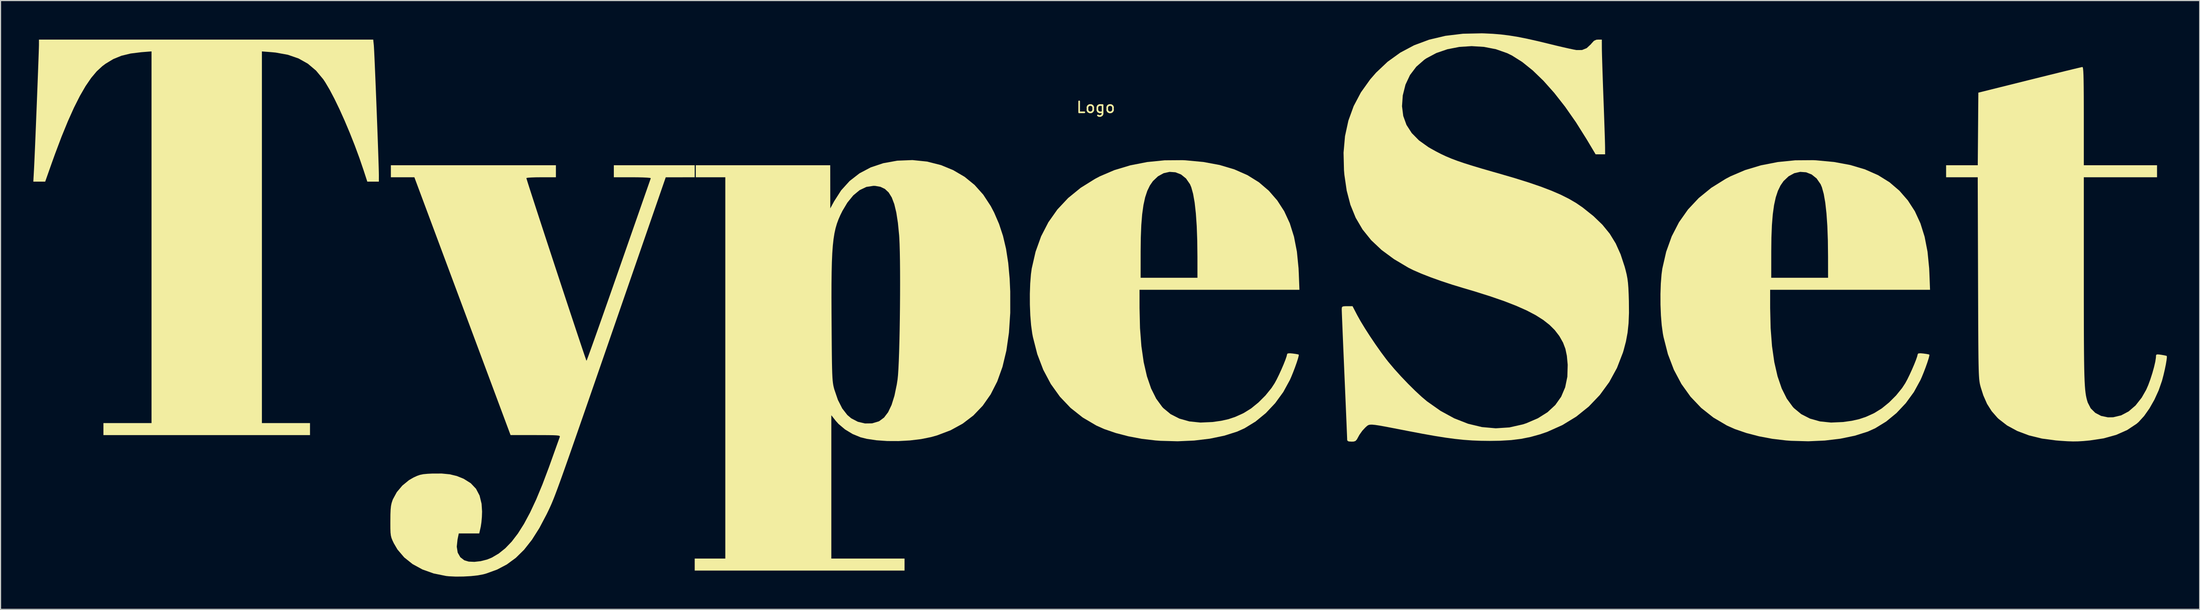
<source format=kicad_pcb>
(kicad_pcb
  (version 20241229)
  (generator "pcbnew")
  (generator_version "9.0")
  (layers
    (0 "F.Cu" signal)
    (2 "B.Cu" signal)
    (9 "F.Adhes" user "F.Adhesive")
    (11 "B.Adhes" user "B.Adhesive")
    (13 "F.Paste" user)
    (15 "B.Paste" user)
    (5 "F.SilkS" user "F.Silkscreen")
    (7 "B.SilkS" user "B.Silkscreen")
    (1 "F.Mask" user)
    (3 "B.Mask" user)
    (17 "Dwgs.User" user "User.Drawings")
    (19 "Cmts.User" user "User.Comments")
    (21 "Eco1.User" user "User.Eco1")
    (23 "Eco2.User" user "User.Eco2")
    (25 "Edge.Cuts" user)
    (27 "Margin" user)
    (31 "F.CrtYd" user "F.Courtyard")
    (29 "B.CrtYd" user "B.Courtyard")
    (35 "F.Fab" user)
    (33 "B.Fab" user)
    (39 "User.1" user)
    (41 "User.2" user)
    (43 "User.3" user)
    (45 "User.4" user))
  (footprint "Logo"
    (layer "F.Cu")
    (at 97.214 7.275)
    (property "Reference" "Logo" (at 0 -0.5 0) (unlocked yes) (layer "F.SilkS") (effects (font (size 1 1) (thickness 0.15))))
    (fp_poly (pts (xy -66.06 -6.175) (xy -66.047 -5.976) (xy -66.027 -5.6) (xy -66.001 -5.07) (xy -65.972 -4.409) (xy -65.939 -3.64) (xy -65.903 -2.785) (xy -65.866 -1.868) (xy -65.828 -0.911) (xy -65.79 0.062) (xy -65.753 1.029) (xy -65.718 1.966) (xy -65.686 2.852) (xy -65.658 3.662) (xy -65.634 4.374) (xy -65.615 4.966) (xy -65.603 5.414) (xy -65.598 5.695) (xy -65.598 5.725) (xy -65.6 6.3) (xy -66.657 6.3) (xy -66.991 5.275) (xy -67.38 4.135) (xy -67.808 2.977) (xy -68.263 1.829) (xy -68.732 0.718) (xy -69.202 -0.327) (xy -69.662 -1.278) (xy -70.099 -2.108) (xy -70.501 -2.788) (xy -70.693 -3.076) (xy -71.35 -3.865) (xy -72.097 -4.496) (xy -72.95 -4.975) (xy -73.924 -5.311) (xy -75.035 -5.513) (xy -75.425 -5.55) (xy -76.3 -5.618) (xy -76.3 28.4) (xy -71.9 28.4) (xy -71.9 29.5) (xy -90.8 29.5) (xy -90.8 28.4) (xy -86.4 28.4) (xy -86.4 -5.621) (xy -87.325 -5.548) (xy -88.312 -5.427) (xy -89.157 -5.221) (xy -89.907 -4.914) (xy -90.608 -4.489) (xy -90.908 -4.264) (xy -91.414 -3.797) (xy -91.922 -3.192) (xy -92.436 -2.44) (xy -92.96 -1.534) (xy -93.498 -0.466) (xy -94.054 0.773) (xy -94.633 2.189) (xy -95.237 3.79) (xy -95.555 4.675) (xy -96.129 6.3) (xy -97.214 6.3) (xy -97.153 5.175) (xy -97.134 4.814) (xy -97.111 4.297) (xy -97.082 3.647) (xy -97.049 2.889) (xy -97.014 2.045) (xy -96.977 1.139) (xy -96.939 0.194) (xy -96.9 -0.767) (xy -96.863 -1.72) (xy -96.827 -2.642) (xy -96.794 -3.51) (xy -96.764 -4.3) (xy -96.739 -4.989) (xy -96.719 -5.555) (xy -96.706 -5.972) (xy -96.7 -6.219) (xy -96.7 -6.25) (xy -96.7 -6.7) (xy -66.114 -6.7)) (stroke (width 0) (type solid)) (fill yes) (layer "F.SilkS"))
    (fp_poly (pts (xy 90.306 -4.155) (xy 90.331 -4.028) (xy 90.352 -3.797) (xy 90.369 -3.448) (xy 90.381 -2.968) (xy 90.39 -2.341) (xy 90.396 -1.554) (xy 90.399 -0.592) (xy 90.4 0.3) (xy 90.4 4.8) (xy 97.1 4.8) (xy 97.1 5.9) (xy 90.4 5.9) (xy 90.401 15.325) (xy 90.401 16.979) (xy 90.403 18.446) (xy 90.405 19.738) (xy 90.41 20.869) (xy 90.417 21.851) (xy 90.426 22.697) (xy 90.438 23.42) (xy 90.454 24.032) (xy 90.473 24.547) (xy 90.497 24.977) (xy 90.525 25.335) (xy 90.559 25.634) (xy 90.597 25.886) (xy 90.642 26.104) (xy 90.693 26.302) (xy 90.751 26.492) (xy 90.759 26.519) (xy 91.031 27.05) (xy 91.448 27.464) (xy 91.982 27.744) (xy 92.605 27.874) (xy 93.087 27.867) (xy 93.82 27.693) (xy 94.505 27.33) (xy 95.135 26.786) (xy 95.698 26.069) (xy 96.108 25.35) (xy 96.296 24.92) (xy 96.489 24.395) (xy 96.671 23.829) (xy 96.826 23.274) (xy 96.94 22.783) (xy 96.997 22.408) (xy 97 22.326) (xy 97.012 22.178) (xy 97.084 22.116) (xy 97.267 22.119) (xy 97.475 22.148) (xy 97.761 22.197) (xy 97.951 22.241) (xy 97.99 22.258) (xy 98.001 22.381) (xy 97.969 22.657) (xy 97.904 23.042) (xy 97.811 23.495) (xy 97.7 23.974) (xy 97.579 24.437) (xy 97.552 24.535) (xy 97.248 25.408) (xy 96.858 26.263) (xy 96.406 27.059) (xy 95.916 27.754) (xy 95.412 28.306) (xy 95.234 28.461) (xy 94.369 29.035) (xy 93.361 29.481) (xy 92.205 29.801) (xy 90.955 29.99) (xy 90.375 30.044) (xy 89.882 30.074) (xy 89.413 30.081) (xy 88.906 30.064) (xy 88.3 30.025) (xy 87.85 29.989) (xy 86.567 29.818) (xy 85.381 29.527) (xy 84.312 29.125) (xy 83.38 28.619) (xy 82.605 28.018) (xy 82.492 27.909) (xy 81.966 27.306) (xy 81.546 26.642) (xy 81.206 25.868) (xy 80.977 25.15) (xy 80.939 25.012) (xy 80.905 24.878) (xy 80.876 24.735) (xy 80.85 24.57) (xy 80.828 24.369) (xy 80.81 24.12) (xy 80.794 23.81) (xy 80.781 23.426) (xy 80.77 22.954) (xy 80.76 22.381) (xy 80.753 21.695) (xy 80.746 20.882) (xy 80.741 19.929) (xy 80.736 18.823) (xy 80.731 17.551) (xy 80.726 16.101) (xy 80.723 15.125) (xy 80.694 5.9) (xy 77.8 5.9) (xy 77.8 4.8) (xy 79.249 4.8) (xy 80.697 4.8) (xy 80.724 1.478) (xy 80.75 -1.844) (xy 85.45 -3.015) (xy 86.389 -3.249) (xy 87.271 -3.467) (xy 88.076 -3.666) (xy 88.785 -3.84) (xy 89.379 -3.984) (xy 89.837 -4.094) (xy 90.142 -4.165) (xy 90.273 -4.193) (xy 90.275 -4.193)) (stroke (width 0) (type solid)) (fill yes) (layer "F.SilkS"))
    (fp_poly (pts (xy -15.446 4.463) (xy -14.165 4.787) (xy -13.05 5.247) (xy -12.003 5.861) (xy -11.091 6.604) (xy -10.299 7.491) (xy -9.613 8.538) (xy -9.301 9.134) (xy -8.852 10.174) (xy -8.491 11.271) (xy -8.213 12.452) (xy -8.013 13.747) (xy -7.883 15.184) (xy -7.83 16.356) (xy -7.829 18.318) (xy -7.946 20.119) (xy -8.182 21.764) (xy -8.539 23.253) (xy -9.018 24.589) (xy -9.621 25.774) (xy -10.348 26.812) (xy -11.201 27.704) (xy -12.181 28.452) (xy -13.29 29.06) (xy -14.528 29.529) (xy -15.084 29.684) (xy -15.998 29.868) (xy -17.002 29.989) (xy -18.049 30.047) (xy -19.089 30.043) (xy -20.074 29.974) (xy -20.955 29.843) (xy -21.521 29.702) (xy -22.253 29.401) (xy -22.949 28.979) (xy -23.543 28.477) (xy -23.792 28.199) (xy -24.2 27.682) (xy -24.2 40.8) (xy -17.5 40.8) (xy -17.5 41.9) (xy -36.7 41.9) (xy -36.7 40.8) (xy -33.9 40.8) (xy -33.9 16.894) (xy -24.187 16.894) (xy -24.182 18.301) (xy -24.177 19.05) (xy -24.169 20.243) (xy -24.161 21.255) (xy -24.152 22.102) (xy -24.143 22.802) (xy -24.131 23.374) (xy -24.117 23.836) (xy -24.099 24.204) (xy -24.078 24.498) (xy -24.051 24.734) (xy -24.02 24.931) (xy -23.982 25.107) (xy -23.937 25.279) (xy -23.927 25.315) (xy -23.598 26.279) (xy -23.201 27.062) (xy -22.737 27.66) (xy -22.378 27.965) (xy -21.773 28.28) (xy -21.123 28.435) (xy -20.474 28.426) (xy -19.873 28.249) (xy -19.804 28.215) (xy -19.375 27.895) (xy -19.004 27.406) (xy -18.687 26.741) (xy -18.423 25.895) (xy -18.209 24.862) (xy -18.138 24.4) (xy -18.098 24.01) (xy -18.061 23.444) (xy -18.027 22.729) (xy -17.997 21.887) (xy -17.97 20.944) (xy -17.948 19.926) (xy -17.931 18.856) (xy -17.918 17.759) (xy -17.91 16.66) (xy -17.907 15.585) (xy -17.91 14.557) (xy -17.918 13.601) (xy -17.933 12.743) (xy -17.954 12.006) (xy -17.981 11.416) (xy -17.996 11.2) (xy -18.108 10.071) (xy -18.254 9.127) (xy -18.439 8.358) (xy -18.67 7.75) (xy -18.954 7.291) (xy -19.297 6.97) (xy -19.704 6.774) (xy -20.183 6.69) (xy -20.348 6.686) (xy -20.992 6.784) (xy -21.608 7.077) (xy -22.19 7.557) (xy -22.731 8.221) (xy -23.179 8.971) (xy -23.374 9.363) (xy -23.543 9.749) (xy -23.689 10.145) (xy -23.812 10.567) (xy -23.914 11.033) (xy -23.997 11.559) (xy -24.063 12.161) (xy -24.113 12.856) (xy -24.148 13.66) (xy -24.171 14.59) (xy -24.184 15.662) (xy -24.187 16.894) (xy -33.9 16.894) (xy -33.9 5.9) (xy -36.6 5.9) (xy -36.6 4.8) (xy -24.3 4.8) (xy -24.295 8.75) (xy -23.95 8.11) (xy -23.301 7.098) (xy -22.526 6.243) (xy -21.626 5.543) (xy -20.602 5) (xy -19.454 4.614) (xy -18.183 4.385) (xy -18.144 4.381) (xy -16.778 4.327)) (stroke (width 0) (type solid)) (fill yes) (layer "F.SilkS"))
    (fp_poly (pts (xy 8.2 4.348) (xy 9.847 4.502) (xy 11.338 4.779) (xy 12.678 5.179) (xy 13.872 5.705) (xy 14.923 6.358) (xy 15.831 7.135) (xy 16.602 8.022) (xy 17.24 9.01) (xy 17.749 10.112) (xy 18.134 11.342) (xy 18.4 12.71) (xy 18.55 14.23) (xy 18.571 14.675) (xy 18.63 16.2) (xy 4 16.2) (xy 4.001 17.875) (xy 4.044 19.707) (xy 4.171 21.359) (xy 4.382 22.83) (xy 4.678 24.12) (xy 5.058 25.231) (xy 5.523 26.163) (xy 6.072 26.915) (xy 6.181 27.033) (xy 6.849 27.584) (xy 7.645 27.99) (xy 8.557 28.247) (xy 9.573 28.352) (xy 10.669 28.303) (xy 11.465 28.192) (xy 12.139 28.042) (xy 12.764 27.831) (xy 13.418 27.537) (xy 13.55 27.47) (xy 14.209 27.061) (xy 14.883 26.512) (xy 15.522 25.873) (xy 16.075 25.191) (xy 16.363 24.75) (xy 16.552 24.402) (xy 16.763 23.971) (xy 16.978 23.501) (xy 17.178 23.036) (xy 17.344 22.618) (xy 17.457 22.291) (xy 17.5 22.1) (xy 17.5 22.099) (xy 17.558 22.026) (xy 17.754 22.01) (xy 18.014 22.033) (xy 18.313 22.075) (xy 18.518 22.116) (xy 18.57 22.136) (xy 18.563 22.251) (xy 18.494 22.511) (xy 18.377 22.874) (xy 18.226 23.3) (xy 18.055 23.749) (xy 17.879 24.18) (xy 17.757 24.456) (xy 17.154 25.558) (xy 16.414 26.575) (xy 15.56 27.483) (xy 14.617 28.258) (xy 13.611 28.875) (xy 12.921 29.185) (xy 11.749 29.555) (xy 10.432 29.828) (xy 9.002 29.999) (xy 7.49 30.066) (xy 5.929 30.024) (xy 5.459 29.99) (xy 4.212 29.843) (xy 2.983 29.611) (xy 1.82 29.308) (xy 0.768 28.946) (xy 0.05 28.626) (xy -1.199 27.89) (xy -2.311 27.009) (xy -3.284 25.986) (xy -4.117 24.823) (xy -4.808 23.523) (xy -5.355 22.089) (xy -5.755 20.524) (xy -5.817 20.2) (xy -5.922 19.434) (xy -5.994 18.538) (xy -6.032 17.567) (xy -6.035 16.579) (xy -6.003 15.632) (xy -5.961 15.1) (xy 4.1 15.1) (xy 9.3 15.1) (xy 9.298 13.175) (xy 9.281 11.683) (xy 9.233 10.356) (xy 9.153 9.2) (xy 9.044 8.221) (xy 8.904 7.425) (xy 8.736 6.817) (xy 8.617 6.536) (xy 8.251 6.009) (xy 7.8 5.646) (xy 7.29 5.445) (xy 6.75 5.406) (xy 6.207 5.528) (xy 5.69 5.811) (xy 5.225 6.252) (xy 4.95 6.65) (xy 4.71 7.145) (xy 4.514 7.738) (xy 4.359 8.447) (xy 4.242 9.288) (xy 4.162 10.277) (xy 4.116 11.432) (xy 4.102 12.675) (xy 4.1 15.1) (xy -5.961 15.1) (xy -5.936 14.782) (xy -5.864 14.255) (xy -5.512 12.718) (xy -5.005 11.306) (xy -4.34 10.017) (xy -3.516 8.849) (xy -2.532 7.8) (xy -1.386 6.867) (xy -0.075 6.049) (xy 0.373 5.813) (xy 1.698 5.247) (xy 3.149 4.81) (xy 4.692 4.508) (xy 6.296 4.348) (xy 7.93 4.336)) (stroke (width 0) (type solid)) (fill yes) (layer "F.SilkS"))
    (fp_poly (pts (xy 65.9 4.348) (xy 67.547 4.502) (xy 69.038 4.779) (xy 70.378 5.179) (xy 71.572 5.705) (xy 72.623 6.358) (xy 73.531 7.135) (xy 74.302 8.022) (xy 74.94 9.01) (xy 75.449 10.112) (xy 75.834 11.342) (xy 76.1 12.71) (xy 76.25 14.23) (xy 76.271 14.675) (xy 76.33 16.2) (xy 61.7 16.2) (xy 61.701 17.875) (xy 61.744 19.707) (xy 61.871 21.359) (xy 62.082 22.83) (xy 62.378 24.12) (xy 62.758 25.231) (xy 63.223 26.163) (xy 63.772 26.915) (xy 63.881 27.033) (xy 64.549 27.584) (xy 65.345 27.99) (xy 66.257 28.247) (xy 67.273 28.352) (xy 68.369 28.303) (xy 69.165 28.192) (xy 69.839 28.042) (xy 70.464 27.831) (xy 71.118 27.537) (xy 71.25 27.47) (xy 71.909 27.061) (xy 72.583 26.512) (xy 73.222 25.873) (xy 73.775 25.191) (xy 74.063 24.75) (xy 74.252 24.402) (xy 74.463 23.971) (xy 74.678 23.501) (xy 74.878 23.036) (xy 75.044 22.618) (xy 75.157 22.291) (xy 75.2 22.1) (xy 75.2 22.099) (xy 75.258 22.026) (xy 75.454 22.01) (xy 75.714 22.033) (xy 76.013 22.075) (xy 76.218 22.116) (xy 76.27 22.136) (xy 76.263 22.251) (xy 76.194 22.511) (xy 76.077 22.874) (xy 75.926 23.3) (xy 75.755 23.749) (xy 75.579 24.18) (xy 75.457 24.456) (xy 74.854 25.558) (xy 74.114 26.575) (xy 73.26 27.483) (xy 72.317 28.258) (xy 71.311 28.875) (xy 70.621 29.185) (xy 69.449 29.555) (xy 68.132 29.828) (xy 66.702 29.999) (xy 65.19 30.066) (xy 63.629 30.024) (xy 63.159 29.99) (xy 61.912 29.843) (xy 60.683 29.611) (xy 59.52 29.308) (xy 58.468 28.946) (xy 57.75 28.626) (xy 56.501 27.89) (xy 55.389 27.009) (xy 54.416 25.986) (xy 53.583 24.823) (xy 52.892 23.523) (xy 52.345 22.089) (xy 51.945 20.524) (xy 51.883 20.2) (xy 51.778 19.434) (xy 51.706 18.538) (xy 51.668 17.567) (xy 51.665 16.579) (xy 51.697 15.632) (xy 51.739 15.1) (xy 61.8 15.1) (xy 67 15.1) (xy 66.998 13.175) (xy 66.981 11.683) (xy 66.933 10.356) (xy 66.853 9.2) (xy 66.744 8.221) (xy 66.604 7.425) (xy 66.436 6.817) (xy 66.317 6.536) (xy 65.951 6.009) (xy 65.5 5.646) (xy 64.99 5.445) (xy 64.45 5.406) (xy 63.907 5.528) (xy 63.39 5.811) (xy 62.925 6.252) (xy 62.65 6.65) (xy 62.41 7.145) (xy 62.214 7.738) (xy 62.059 8.447) (xy 61.942 9.288) (xy 61.862 10.277) (xy 61.816 11.432) (xy 61.802 12.675) (xy 61.8 15.1) (xy 51.739 15.1) (xy 51.764 14.782) (xy 51.836 14.255) (xy 52.188 12.718) (xy 52.695 11.306) (xy 53.36 10.017) (xy 54.184 8.849) (xy 55.168 7.8) (xy 56.314 6.867) (xy 57.625 6.049) (xy 58.073 5.813) (xy 59.398 5.247) (xy 60.849 4.81) (xy 62.392 4.508) (xy 63.996 4.348) (xy 65.63 4.336)) (stroke (width 0) (type solid)) (fill yes) (layer "F.SilkS"))
    (fp_poly (pts (xy -49.4 5.9) (xy -50.75 5.9) (xy -51.244 5.905) (xy -51.656 5.92) (xy -51.952 5.941) (xy -52.094 5.967) (xy -52.101 5.975) (xy -52.071 6.085) (xy -51.984 6.368) (xy -51.845 6.806) (xy -51.659 7.382) (xy -51.433 8.081) (xy -51.172 8.886) (xy -50.881 9.78) (xy -50.565 10.746) (xy -50.231 11.768) (xy -49.882 12.83) (xy -49.526 13.915) (xy -49.167 15.006) (xy -48.811 16.087) (xy -48.463 17.142) (xy -48.129 18.153) (xy -47.813 19.104) (xy -47.523 19.978) (xy -47.262 20.76) (xy -47.037 21.433) (xy -46.853 21.979) (xy -46.715 22.382) (xy -46.629 22.627) (xy -46.6 22.697) (xy -46.56 22.605) (xy -46.46 22.337) (xy -46.303 21.908) (xy -46.095 21.329) (xy -45.841 20.616) (xy -45.545 19.782) (xy -45.212 18.839) (xy -44.847 17.802) (xy -44.454 16.684) (xy -44.039 15.498) (xy -43.65 14.385) (xy -43.218 13.148) (xy -42.805 11.965) (xy -42.416 10.849) (xy -42.054 9.814) (xy -41.726 8.873) (xy -41.436 8.042) (xy -41.188 7.332) (xy -40.987 6.758) (xy -40.838 6.333) (xy -40.747 6.071) (xy -40.717 5.987) (xy -40.8 5.958) (xy -41.052 5.934) (xy -41.44 5.915) (xy -41.934 5.903) (xy -42.392 5.9) (xy -44.1 5.9) (xy -44.1 4.8) (xy -36.7 4.8) (xy -36.7 5.9) (xy -38.025 5.902) (xy -39.35 5.904) (xy -43.944 19.177) (xy -44.648 21.212) (xy -45.29 23.066) (xy -45.873 24.751) (xy -46.401 26.274) (xy -46.876 27.644) (xy -47.303 28.872) (xy -47.684 29.966) (xy -48.022 30.936) (xy -48.322 31.79) (xy -48.586 32.538) (xy -48.817 33.189) (xy -49.02 33.752) (xy -49.197 34.237) (xy -49.351 34.653) (xy -49.486 35.009) (xy -49.605 35.314) (xy -49.712 35.577) (xy -49.809 35.808) (xy -49.901 36.015) (xy -49.99 36.209) (xy -50.079 36.397) (xy -50.173 36.591) (xy -50.25 36.75) (xy -50.915 38.011) (xy -51.596 39.086) (xy -52.308 39.989) (xy -53.066 40.735) (xy -53.885 41.337) (xy -54.779 41.809) (xy -55.763 42.166) (xy -56.05 42.246) (xy -56.545 42.339) (xy -57.172 42.407) (xy -57.865 42.445) (xy -58.558 42.452) (xy -59.184 42.423) (xy -59.45 42.395) (xy -60.586 42.165) (xy -61.612 41.799) (xy -62.516 41.306) (xy -63.282 40.694) (xy -63.897 39.972) (xy -64.232 39.4) (xy -64.358 39.135) (xy -64.445 38.914) (xy -64.501 38.691) (xy -64.532 38.421) (xy -64.545 38.057) (xy -64.547 37.555) (xy -64.546 37.35) (xy -64.541 36.762) (xy -64.524 36.327) (xy -64.491 35.999) (xy -64.436 35.731) (xy -64.353 35.476) (xy -64.314 35.375) (xy -63.96 34.724) (xy -63.454 34.123) (xy -62.842 33.622) (xy -62.434 33.385) (xy -62.111 33.236) (xy -61.828 33.138) (xy -61.522 33.077) (xy -61.129 33.041) (xy -60.717 33.021) (xy -59.846 33.018) (xy -59.113 33.089) (xy -58.465 33.245) (xy -57.851 33.494) (xy -57.829 33.504) (xy -57.191 33.905) (xy -56.711 34.411) (xy -56.384 35.033) (xy -56.201 35.783) (xy -56.155 36.5) (xy -56.172 36.986) (xy -56.215 37.481) (xy -56.276 37.886) (xy -56.285 37.925) (xy -56.414 38.5) (xy -58.286 38.5) (xy -58.402 39.06) (xy -58.471 39.716) (xy -58.385 40.258) (xy -58.145 40.679) (xy -57.781 40.96) (xy -57.379 41.079) (xy -56.861 41.103) (xy -56.282 41.039) (xy -55.699 40.891) (xy -55.265 40.715) (xy -54.633 40.343) (xy -54.029 39.859) (xy -53.446 39.252) (xy -52.878 38.511) (xy -52.32 37.627) (xy -51.763 36.589) (xy -51.201 35.386) (xy -50.629 34.007) (xy -50.039 32.443) (xy -49.916 32.1) (xy -49.687 31.459) (xy -49.478 30.874) (xy -49.299 30.374) (xy -49.16 29.988) (xy -49.072 29.743) (xy -49.047 29.675) (xy -49.036 29.619) (xy -49.07 29.576) (xy -49.171 29.545) (xy -49.363 29.524) (xy -49.668 29.51) (xy -50.11 29.503) (xy -50.713 29.5) (xy -51.264 29.499) (xy -53.55 29.498) (xy -57.95 17.699) (xy -62.35 5.901) (xy -63.425 5.9) (xy -64.5 5.9) (xy -64.5 4.8) (xy -49.4 4.8)) (stroke (width 0) (type solid)) (fill yes) (layer "F.SilkS"))
    (fp_poly (pts (xy 35.55 -7.268) (xy 36.33 -7.231) (xy 37.071 -7.17) (xy 37.813 -7.078) (xy 38.595 -6.951) (xy 39.454 -6.781) (xy 40.429 -6.562) (xy 41.476 -6.309) (xy 42.118 -6.152) (xy 42.725 -6.009) (xy 43.259 -5.888) (xy 43.682 -5.798) (xy 43.956 -5.747) (xy 43.985 -5.743) (xy 44.49 -5.747) (xy 44.915 -5.919) (xy 45.296 -6.273) (xy 45.357 -6.35) (xy 45.576 -6.587) (xy 45.796 -6.687) (xy 45.962 -6.7) (xy 46.3 -6.7) (xy 46.303 -5.925) (xy 46.307 -5.648) (xy 46.318 -5.199) (xy 46.336 -4.606) (xy 46.358 -3.896) (xy 46.385 -3.098) (xy 46.415 -2.238) (xy 46.448 -1.344) (xy 46.45 -1.3) (xy 46.483 -0.413) (xy 46.513 0.434) (xy 46.54 1.216) (xy 46.563 1.907) (xy 46.581 2.479) (xy 46.592 2.906) (xy 46.597 3.163) (xy 46.597 3.175) (xy 46.6 3.8) (xy 45.732 3.8) (xy 44.911 2.425) (xy 43.931 0.865) (xy 42.94 -0.554) (xy 41.945 -1.824) (xy 40.954 -2.936) (xy 39.974 -3.882) (xy 39.015 -4.653) (xy 38.083 -5.241) (xy 37.635 -5.461) (xy 36.608 -5.821) (xy 35.513 -6.034) (xy 34.386 -6.103) (xy 33.26 -6.03) (xy 32.172 -5.818) (xy 31.158 -5.471) (xy 30.253 -4.991) (xy 30.062 -4.862) (xy 29.323 -4.217) (xy 28.747 -3.456) (xy 28.335 -2.581) (xy 28.087 -1.593) (xy 28.085 -1.576) (xy 28.017 -0.602) (xy 28.13 0.291) (xy 28.426 1.109) (xy 28.907 1.854) (xy 29.573 2.53) (xy 30.428 3.14) (xy 30.65 3.27) (xy 31.127 3.534) (xy 31.584 3.77) (xy 32.044 3.986) (xy 32.533 4.192) (xy 33.077 4.397) (xy 33.702 4.61) (xy 34.431 4.841) (xy 35.292 5.099) (xy 36.308 5.393) (xy 36.862 5.55) (xy 38.319 5.975) (xy 39.597 6.375) (xy 40.715 6.758) (xy 41.691 7.13) (xy 42.544 7.499) (xy 43.292 7.874) (xy 43.953 8.26) (xy 44.546 8.667) (xy 44.553 8.672) (xy 45.54 9.461) (xy 46.356 10.248) (xy 47.024 11.068) (xy 47.569 11.956) (xy 48.016 12.95) (xy 48.389 14.084) (xy 48.473 14.393) (xy 48.569 14.784) (xy 48.64 15.157) (xy 48.692 15.556) (xy 48.729 16.027) (xy 48.756 16.616) (xy 48.775 17.22) (xy 48.784 18.316) (xy 48.746 19.267) (xy 48.656 20.121) (xy 48.506 20.93) (xy 48.292 21.742) (xy 48.229 21.95) (xy 47.686 23.352) (xy 46.978 24.649) (xy 46.115 25.83) (xy 45.106 26.887) (xy 43.962 27.807) (xy 42.692 28.583) (xy 41.307 29.203) (xy 40.65 29.429) (xy 39.782 29.67) (xy 38.916 29.844) (xy 38.001 29.958) (xy 36.984 30.017) (xy 36.05 30.031) (xy 35.233 30.021) (xy 34.45 29.991) (xy 33.669 29.935) (xy 32.856 29.849) (xy 31.98 29.731) (xy 31.006 29.576) (xy 29.903 29.38) (xy 28.7 29.151) (xy 27.761 28.969) (xy 26.999 28.821) (xy 26.392 28.706) (xy 25.921 28.623) (xy 25.564 28.569) (xy 25.302 28.543) (xy 25.114 28.544) (xy 24.98 28.569) (xy 24.879 28.617) (xy 24.79 28.686) (xy 24.694 28.774) (xy 24.658 28.807) (xy 24.386 29.1) (xy 24.128 29.463) (xy 24.042 29.616) (xy 23.889 29.897) (xy 23.758 30.041) (xy 23.589 30.093) (xy 23.398 30.1) (xy 23.132 30.08) (xy 23.016 30.007) (xy 22.999 29.925) (xy 22.995 29.795) (xy 22.983 29.484) (xy 22.963 29.01) (xy 22.938 28.391) (xy 22.906 27.645) (xy 22.87 26.792) (xy 22.83 25.849) (xy 22.786 24.834) (xy 22.75 24) (xy 22.705 22.939) (xy 22.662 21.931) (xy 22.622 20.997) (xy 22.587 20.154) (xy 22.557 19.421) (xy 22.532 18.817) (xy 22.514 18.361) (xy 22.504 18.072) (xy 22.501 17.975) (xy 22.514 17.811) (xy 22.588 17.73) (xy 22.775 17.703) (xy 22.995 17.7) (xy 23.49 17.7) (xy 23.917 18.521) (xy 24.227 19.076) (xy 24.631 19.74) (xy 25.098 20.466) (xy 25.597 21.206) (xy 26.096 21.914) (xy 26.564 22.542) (xy 26.766 22.799) (xy 27.309 23.444) (xy 27.925 24.126) (xy 28.576 24.807) (xy 29.221 25.446) (xy 29.822 26.003) (xy 30.31 26.414) (xy 31.545 27.284) (xy 32.798 27.967) (xy 34.062 28.462) (xy 35.33 28.766) (xy 36.593 28.878) (xy 37.843 28.797) (xy 39.073 28.52) (xy 39.397 28.413) (xy 40.45 27.96) (xy 41.331 27.406) (xy 42.04 26.75) (xy 42.578 25.99) (xy 42.946 25.126) (xy 43.145 24.157) (xy 43.176 23.08) (xy 43.172 23.013) (xy 43.1 22.241) (xy 42.966 21.603) (xy 42.752 21.037) (xy 42.439 20.482) (xy 42.373 20.383) (xy 41.986 19.882) (xy 41.511 19.41) (xy 40.935 18.958) (xy 40.246 18.522) (xy 39.43 18.094) (xy 38.475 17.669) (xy 37.368 17.239) (xy 36.097 16.8) (xy 34.648 16.343) (xy 33.65 16.048) (xy 32.6 15.729) (xy 31.581 15.392) (xy 30.628 15.051) (xy 29.774 14.717) (xy 29.054 14.403) (xy 28.6 14.177) (xy 27.28 13.391) (xy 26.148 12.556) (xy 25.193 11.656) (xy 24.406 10.678) (xy 23.777 9.606) (xy 23.297 8.426) (xy 22.956 7.123) (xy 22.745 5.683) (xy 22.708 5.259) (xy 22.668 3.65) (xy 22.801 2.139) (xy 23.109 0.72) (xy 23.593 -0.614) (xy 24.256 -1.869) (xy 25.1 -3.051) (xy 25.642 -3.674) (xy 26.7 -4.673) (xy 27.859 -5.508) (xy 29.124 -6.181) (xy 30.499 -6.693) (xy 31.987 -7.045) (xy 33.594 -7.238) (xy 35.322 -7.275)) (stroke (width 0) (type solid)) (fill yes) (layer "F.SilkS")))
  (gr_rect
    (start -3 -3)
    (end 198.215 52.726)
    (stroke (width 0.1) (type default))
    (fill no)
    (layer "Edge.Cuts")))
</source>
